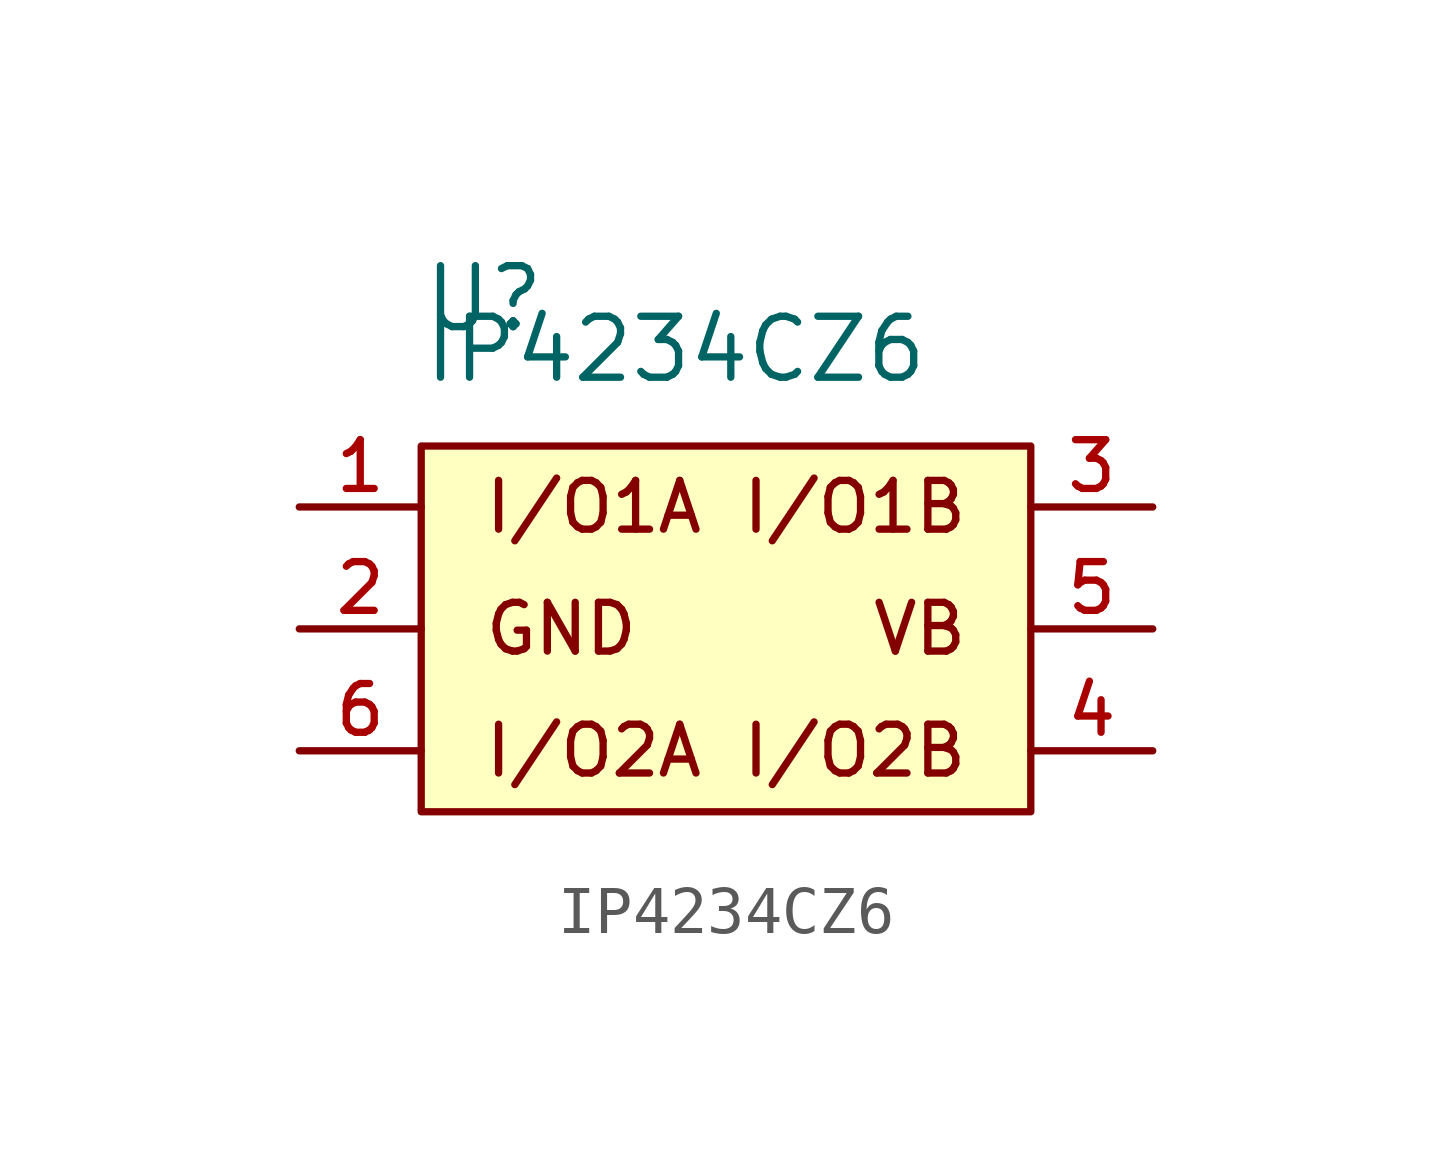
<source format=kicad_sym>
(kicad_symbol_lib
  (version 20211014)
  (generator kicad_symbol_editor)
  (symbol "IP4234CZ6"
    (pin_names
      (offset 1.016))
    (property "Reference" "U"
      (at 0.0 5.08 0)
      (effects (font (size 1.27 1.27)) (justify top left)))
    (property "Value" "IP4234CZ6"
      (at 0.0 2.54 0)
      (effects (font (size 1.27 1.27)) (justify bottom left)))
    (symbol "IP4234CZ6_0_0"
      (text "I/O1A" (at 1.27 0.0 0) (effects (font (size 1.016 1.016)) (justify left)))
      (text "GND" (at 1.27 -2.54 0) (effects (font (size 1.016 1.016)) (justify left)))
      (text "I/O1B" (at 11.43 0.0 0) (effects (font (size 1.016 1.016)) (justify right)))
      (text "I/O2A" (at 1.27 -5.08 0) (effects (font (size 1.016 1.016)) (justify left)))
      (text "VB" (at 11.43 -2.54 0) (effects (font (size 1.016 1.016)) (justify right)))
      (text "I/O2B" (at 11.43 -5.08 0) (effects (font (size 1.016 1.016)) (justify right)))
      (rectangle (start -8.881784197e-16 -6.35) (end 12.7 1.27) (stroke (width 0.152)) (fill (type background)))
      (pin bidirectional line (at -2.54 0.0 0) (length 2.54) (name "~" (effects (font (size 1.016 1.016)))) (number "1" (effects (font (size 1.016 1.016)))))
      (pin bidirectional line (at -2.54 -2.54 0) (length 2.54) (name "~" (effects (font (size 1.016 1.016)))) (number "2" (effects (font (size 1.016 1.016)))))
      (pin bidirectional line (at 15.24 0.0 180.0) (length 2.54) (name "~" (effects (font (size 1.016 1.016)))) (number "3" (effects (font (size 1.016 1.016)))))
      (pin bidirectional line (at -2.54 -5.08 0) (length 2.54) (name "~" (effects (font (size 1.016 1.016)))) (number "6" (effects (font (size 1.016 1.016)))))
      (pin bidirectional line (at 15.24 -2.54 180.0) (length 2.54) (name "~" (effects (font (size 1.016 1.016)))) (number "5" (effects (font (size 1.016 1.016)))))
      (pin bidirectional line (at 15.24 -5.08 180.0) (length 2.54) (name "~" (effects (font (size 1.016 1.016)))) (number "4" (effects (font (size 1.016 1.016))))))))
</source>
